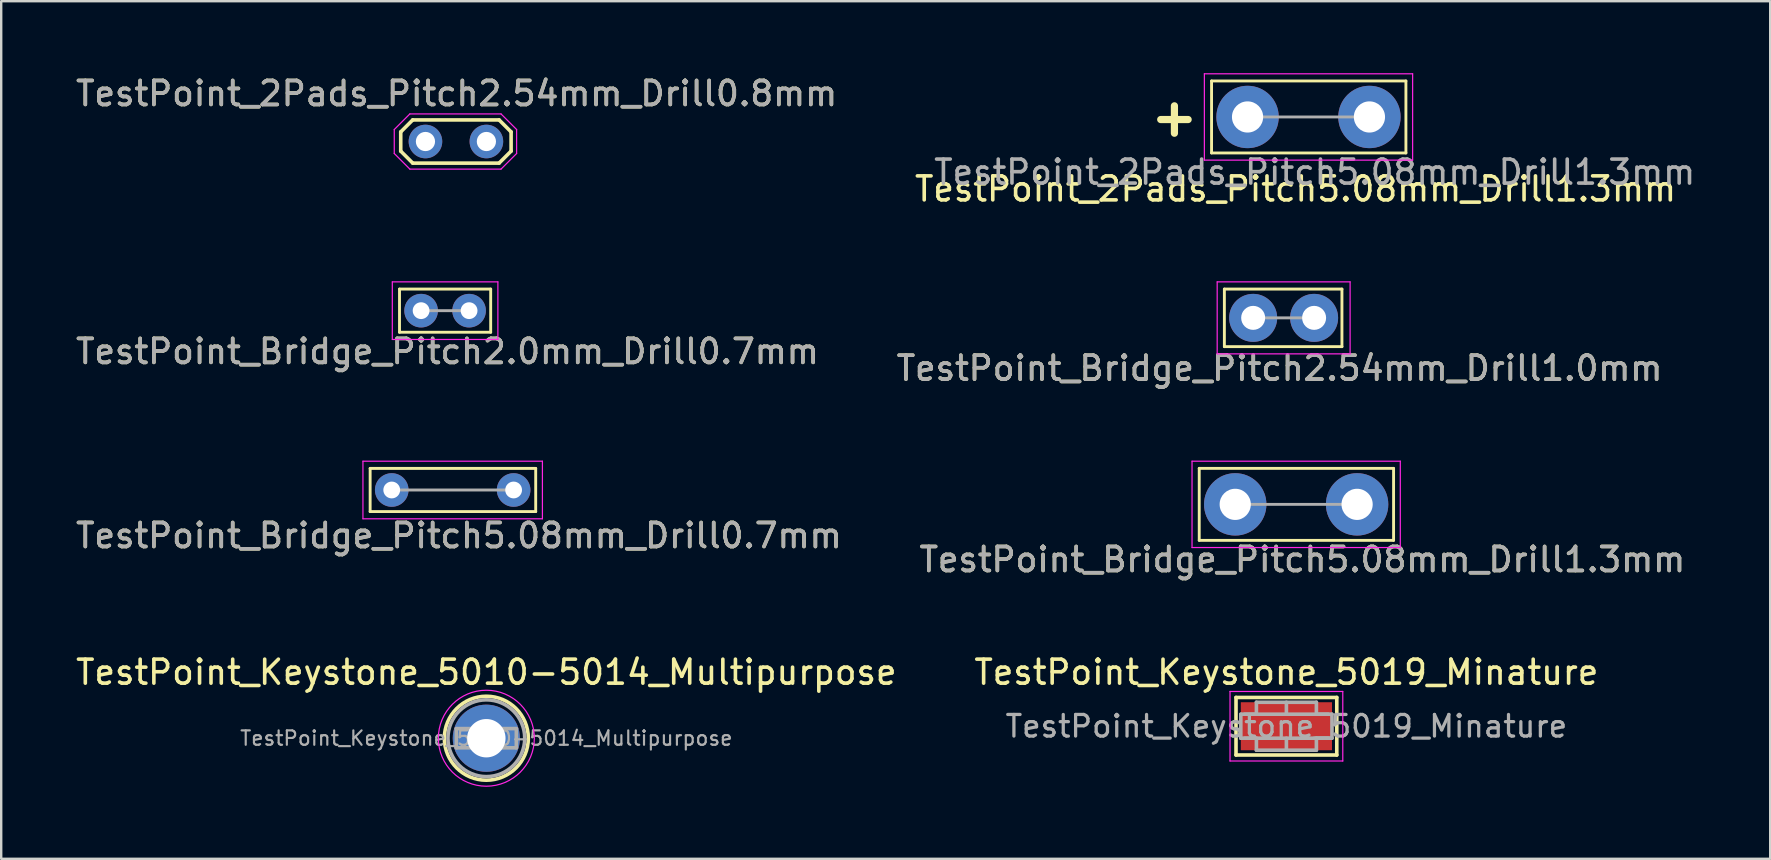
<source format=kicad_pcb>
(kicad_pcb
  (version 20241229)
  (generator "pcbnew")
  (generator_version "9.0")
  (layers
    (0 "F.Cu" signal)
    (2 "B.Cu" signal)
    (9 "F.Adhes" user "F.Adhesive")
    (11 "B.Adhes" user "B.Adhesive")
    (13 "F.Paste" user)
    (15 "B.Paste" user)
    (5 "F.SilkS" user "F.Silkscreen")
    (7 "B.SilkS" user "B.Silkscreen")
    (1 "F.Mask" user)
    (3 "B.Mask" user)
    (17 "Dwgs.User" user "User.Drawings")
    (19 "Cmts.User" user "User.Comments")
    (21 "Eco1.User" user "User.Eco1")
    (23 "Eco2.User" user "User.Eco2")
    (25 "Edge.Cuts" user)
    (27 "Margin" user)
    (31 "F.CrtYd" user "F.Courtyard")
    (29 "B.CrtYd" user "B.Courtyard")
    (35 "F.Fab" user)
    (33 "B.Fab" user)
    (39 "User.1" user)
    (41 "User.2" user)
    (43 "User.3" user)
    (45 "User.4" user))
  (footprint "TestPoint_2Pads_Pitch5.08mm_Drill1.3mm"
    (layer "F.Cu")
    (at 48.946 1.825)
    (property "Reference" "TestPoint_2Pads_Pitch5.08mm_Drill1.3mm" (at 2 3 0) (layer "F.SilkS") (effects (font (size 1 1) (thickness 0.15))))
    (attr through_hole)
    (fp_line (start -1.5 -1.5) (end -1.5 1.5) (stroke (width 0.12) (type solid)) (layer "F.SilkS"))
    (fp_line (start -1.5 -1.5) (end 6.6 -1.5) (stroke (width 0.12) (type solid)) (layer "F.SilkS"))
    (fp_line (start 6.6 1.5) (end -1.5 1.5) (stroke (width 0.12) (type solid)) (layer "F.SilkS"))
    (fp_line (start 6.6 1.5) (end 6.6 -1.5) (stroke (width 0.12) (type solid)) (layer "F.SilkS"))
    (fp_line (start -1.8 -1.8) (end -1.8 1.8) (stroke (width 0.05) (type solid)) (layer "F.CrtYd"))
    (fp_line (start -1.8 -1.8) (end 6.88 -1.8) (stroke (width 0.05) (type solid)) (layer "F.CrtYd"))
    (fp_line (start 6.88 1.8) (end -1.8 1.8) (stroke (width 0.05) (type solid)) (layer "F.CrtYd"))
    (fp_line (start 6.88 1.8) (end 6.88 -1.8) (stroke (width 0.05) (type solid)) (layer "F.CrtYd"))
    (fp_line (start 5.08 0) (end 0 0) (stroke (width 0.12) (type solid)) (layer "F.Fab"))
    (fp_text user "+" (at -3.048 0 0) (layer "F.SilkS") (effects (font (size 1.5 1.5) (thickness 0.3))))
    (fp_text user "${REFERENCE}" (at 2.8 2.3 0) (layer "F.Fab") (effects (font (size 1 1) (thickness 0.15))))
    (pad "1" thru_hole circle (at 0 0) (size 2.6 2.6) (drill 1.3) (layers "*.Cu" "*.Mask"))
    (pad "2" thru_hole circle (at 5.08 0) (size 2.6 2.6) (drill 1.3) (layers "*.Cu" "*.Mask")))
  (footprint "TestPoint_Bridge_Pitch2.54mm_Drill1.0mm"
    (layer "F.Cu")
    (at 49.18 10.198)
    (property "Reference" "TestPoint_Bridge_Pitch2.54mm_Drill1.0mm" (at 1.1 2.1 0) (layer "F.SilkS") (effects (font (size 1 1) (thickness 0.15))))
    (attr through_hole)
    (fp_line (start -1.2 -1.2) (end -1.2 1.2) (stroke (width 0.12) (type solid)) (layer "F.SilkS"))
    (fp_line (start -1.2 1.2) (end 3.7 1.2) (stroke (width 0.12) (type solid)) (layer "F.SilkS"))
    (fp_line (start 3.7 -1.2) (end -1.2 -1.2) (stroke (width 0.12) (type solid)) (layer "F.SilkS"))
    (fp_line (start 3.7 1.2) (end 3.7 -1.2) (stroke (width 0.12) (type solid)) (layer "F.SilkS"))
    (fp_line (start -1.5 -1.5) (end -1.5 1.5) (stroke (width 0.05) (type solid)) (layer "F.CrtYd"))
    (fp_line (start -1.5 -1.5) (end 4.04 -1.5) (stroke (width 0.05) (type solid)) (layer "F.CrtYd"))
    (fp_line (start 4.04 1.5) (end -1.5 1.5) (stroke (width 0.05) (type solid)) (layer "F.CrtYd"))
    (fp_line (start 4.04 1.5) (end 4.04 -1.5) (stroke (width 0.05) (type solid)) (layer "F.CrtYd"))
    (fp_line (start 2.54 0) (end 0 0) (stroke (width 0.12) (type solid)) (layer "F.Fab"))
    (fp_text user "${REFERENCE}" (at 1.1 2.1 0) (layer "F.Fab") (effects (font (size 1 1) (thickness 0.15))))
    (pad "1" thru_hole circle (at 0 0) (size 2 2) (drill 1) (layers "*.Cu" "*.Mask"))
    (pad "1" thru_hole circle (at 2.54 0) (size 2 2) (drill 1) (layers "*.Cu" "*.Mask")))
  (footprint "TestPoint_Keystone_5010-5014_Multipurpose"
    (layer "F.Cu")
    (at 17.22 27.718)
    (property "Reference" "TestPoint_Keystone_5010-5014_Multipurpose" (at 0 -2.75 0) (layer "F.SilkS") (effects (font (size 1 1) (thickness 0.15))))
    (attr through_hole)
    (fp_circle (center 0 0) (end 1.75 0) (stroke (width 0.15) (type solid)) (fill no) (layer "F.SilkS"))
    (fp_circle (center 0 0) (end 2 0) (stroke (width 0.05) (type solid)) (fill no) (layer "F.CrtYd"))
    (fp_line (start -1.25 -0.4) (end 1.25 -0.4) (stroke (width 0.15) (type solid)) (layer "F.Fab"))
    (fp_line (start -1.25 0.4) (end -1.25 -0.4) (stroke (width 0.15) (type solid)) (layer "F.Fab"))
    (fp_line (start 1.25 -0.4) (end 1.25 0.4) (stroke (width 0.15) (type solid)) (layer "F.Fab"))
    (fp_line (start 1.25 0.4) (end -1.25 0.4) (stroke (width 0.15) (type solid)) (layer "F.Fab"))
    (fp_circle (center 0 0) (end 1.6 0) (stroke (width 0.15) (type solid)) (fill no) (layer "F.Fab"))
    (fp_text user "${REFERENCE}" (at 0 0 0) (layer "F.Fab") (effects (font (size 0.6 0.6) (thickness 0.09))))
    (pad "1" thru_hole circle (at 0 0) (size 2.8 2.8) (drill 1.6) (layers "*.Cu" "*.Mask")))
  (footprint "TestPoint_Bridge_Pitch5.08mm_Drill1.3mm"
    (layer "F.Cu")
    (at 48.432 17.971)
    (property "Reference" "TestPoint_Bridge_Pitch5.08mm_Drill1.3mm" (at 2.8 2.3 0) (layer "F.SilkS") (effects (font (size 1 1) (thickness 0.15))))
    (attr through_hole)
    (fp_line (start -1.5 -1.5) (end -1.5 1.5) (stroke (width 0.12) (type solid)) (layer "F.SilkS"))
    (fp_line (start -1.5 -1.5) (end 6.6 -1.5) (stroke (width 0.12) (type solid)) (layer "F.SilkS"))
    (fp_line (start 6.6 1.5) (end -1.5 1.5) (stroke (width 0.12) (type solid)) (layer "F.SilkS"))
    (fp_line (start 6.6 1.5) (end 6.6 -1.5) (stroke (width 0.12) (type solid)) (layer "F.SilkS"))
    (fp_line (start -1.8 -1.8) (end -1.8 1.8) (stroke (width 0.05) (type solid)) (layer "F.CrtYd"))
    (fp_line (start -1.8 -1.8) (end 6.88 -1.8) (stroke (width 0.05) (type solid)) (layer "F.CrtYd"))
    (fp_line (start 6.88 1.8) (end -1.8 1.8) (stroke (width 0.05) (type solid)) (layer "F.CrtYd"))
    (fp_line (start 6.88 1.8) (end 6.88 -1.8) (stroke (width 0.05) (type solid)) (layer "F.CrtYd"))
    (fp_line (start 5.08 0) (end 0 0) (stroke (width 0.12) (type solid)) (layer "F.Fab"))
    (fp_text user "${REFERENCE}" (at 2.8 2.3 0) (layer "F.Fab") (effects (font (size 1 1) (thickness 0.15))))
    (pad "1" thru_hole circle (at 0 0) (size 2.6 2.6) (drill 1.3) (layers "*.Cu" "*.Mask"))
    (pad "1" thru_hole circle (at 5.08 0) (size 2.6 2.6) (drill 1.3) (layers "*.Cu" "*.Mask")))
  (footprint "TestPoint_2Pads_Pitch2.54mm_Drill0.8mm"
    (layer "F.Cu")
    (at 14.682 2.848)
    (property "Reference" "TestPoint_2Pads_Pitch2.54mm_Drill0.8mm" (at 1.3 -2 0) (layer "F.SilkS") (effects (font (size 1 1) (thickness 0.15))))
    (attr exclude_from_pos_files exclude_from_bom)
    (fp_line (start -1.03 -0.4) (end -0.53 -0.9) (stroke (width 0.15) (type solid)) (layer "F.SilkS"))
    (fp_line (start -1.03 0.4) (end -1.03 -0.4) (stroke (width 0.15) (type solid)) (layer "F.SilkS"))
    (fp_line (start -0.53 -0.9) (end 3.07 -0.9) (stroke (width 0.15) (type solid)) (layer "F.SilkS"))
    (fp_line (start -0.53 0.9) (end -1.03 0.4) (stroke (width 0.15) (type solid)) (layer "F.SilkS"))
    (fp_line (start 3.07 -0.9) (end 3.57 -0.4) (stroke (width 0.15) (type solid)) (layer "F.SilkS"))
    (fp_line (start 3.07 0.9) (end -0.53 0.9) (stroke (width 0.15) (type solid)) (layer "F.SilkS"))
    (fp_line (start 3.57 -0.4) (end 3.57 0.4) (stroke (width 0.15) (type solid)) (layer "F.SilkS"))
    (fp_line (start 3.57 0.4) (end 3.07 0.9) (stroke (width 0.15) (type solid)) (layer "F.SilkS"))
    (fp_line (start -1.3 -0.5) (end -1.3 0.5) (stroke (width 0.05) (type solid)) (layer "F.CrtYd"))
    (fp_line (start -1.3 0.5) (end -0.65 1.15) (stroke (width 0.05) (type solid)) (layer "F.CrtYd"))
    (fp_line (start -0.65 -1.15) (end -1.3 -0.5) (stroke (width 0.05) (type solid)) (layer "F.CrtYd"))
    (fp_line (start -0.65 1.15) (end 3.15 1.15) (stroke (width 0.05) (type solid)) (layer "F.CrtYd"))
    (fp_line (start 3.15 -1.15) (end -0.65 -1.15) (stroke (width 0.05) (type solid)) (layer "F.CrtYd"))
    (fp_line (start 3.15 1.15) (end 3.8 0.5) (stroke (width 0.05) (type solid)) (layer "F.CrtYd"))
    (fp_line (start 3.8 -0.5) (end 3.15 -1.15) (stroke (width 0.05) (type solid)) (layer "F.CrtYd"))
    (fp_line (start 3.8 0.5) (end 3.8 -0.5) (stroke (width 0.05) (type solid)) (layer "F.CrtYd"))
    (fp_text user "${REFERENCE}" (at 1.3 -2 0) (layer "F.Fab") (effects (font (size 1 1) (thickness 0.15))))
    (pad "1" thru_hole circle (at 0 0) (size 1.4 1.4) (drill 0.8) (layers "*.Cu" "*.Mask"))
    (pad "2" thru_hole circle (at 2.54 0) (size 1.4 1.4) (drill 0.8) (layers "*.Cu" "*.Mask")))
  (footprint "TestPoint_Keystone_5019_Minature"
    (layer "F.Cu")
    (at 50.565 27.218)
    (property "Reference" "TestPoint_Keystone_5019_Minature" (at 0 -2.25 0) (layer "F.SilkS") (effects (font (size 1 1) (thickness 0.15))))
    (attr smd)
    (fp_line (start -2.1 -1.2) (end 2.1 -1.2) (stroke (width 0.15) (type solid)) (layer "F.SilkS"))
    (fp_line (start -2.1 1.2) (end -2.1 -1.2) (stroke (width 0.15) (type solid)) (layer "F.SilkS"))
    (fp_line (start 2.1 -1.2) (end 2.1 1.2) (stroke (width 0.15) (type solid)) (layer "F.SilkS"))
    (fp_line (start 2.1 1.2) (end -2.1 1.2) (stroke (width 0.15) (type solid)) (layer "F.SilkS"))
    (fp_line (start -2.35 -1.45) (end 2.35 -1.45) (stroke (width 0.05) (type solid)) (layer "F.CrtYd"))
    (fp_line (start -2.35 1.45) (end -2.35 -1.45) (stroke (width 0.05) (type solid)) (layer "F.CrtYd"))
    (fp_line (start 2.35 -1.45) (end 2.35 1.45) (stroke (width 0.05) (type solid)) (layer "F.CrtYd"))
    (fp_line (start 2.35 1.45) (end -2.35 1.45) (stroke (width 0.05) (type solid)) (layer "F.CrtYd"))
    (fp_line (start -1.9 -0.5) (end -1.9 0.5) (stroke (width 0.15) (type solid)) (layer "F.Fab"))
    (fp_line (start -1.9 -0.5) (end 1.9 -0.5) (stroke (width 0.15) (type solid)) (layer "F.Fab"))
    (fp_line (start -1.75 0.5) (end -1.25 0.5) (stroke (width 0.15) (type solid)) (layer "F.Fab"))
    (fp_line (start -1.25 -1) (end -1.25 -0.5) (stroke (width 0.15) (type solid)) (layer "F.Fab"))
    (fp_line (start -1.25 -0.5) (end -1.75 -0.5) (stroke (width 0.15) (type solid)) (layer "F.Fab"))
    (fp_line (start -1.25 0.5) (end -1.25 1) (stroke (width 0.15) (type solid)) (layer "F.Fab"))
    (fp_line (start -1.25 1) (end 1.25 1) (stroke (width 0.15) (type solid)) (layer "F.Fab"))
    (fp_line (start 0 -1) (end 0 -0.5) (stroke (width 0.15) (type solid)) (layer "F.Fab"))
    (fp_line (start 0 0.5) (end 0 1) (stroke (width 0.15) (type solid)) (layer "F.Fab"))
    (fp_line (start 1.25 -1) (end -1.25 -1) (stroke (width 0.15) (type solid)) (layer "F.Fab"))
    (fp_line (start 1.25 -0.5) (end 1.25 -1) (stroke (width 0.15) (type solid)) (layer "F.Fab"))
    (fp_line (start 1.25 0.5) (end 1.75 0.5) (stroke (width 0.15) (type solid)) (layer "F.Fab"))
    (fp_line (start 1.25 1) (end 1.25 0.5) (stroke (width 0.15) (type solid)) (layer "F.Fab"))
    (fp_line (start 1.75 -0.5) (end 1.25 -0.5) (stroke (width 0.15) (type solid)) (layer "F.Fab"))
    (fp_line (start 1.9 0.5) (end -1.9 0.5) (stroke (width 0.15) (type solid)) (layer "F.Fab"))
    (fp_line (start 1.9 0.5) (end 1.9 -0.5) (stroke (width 0.15) (type solid)) (layer "F.Fab"))
    (fp_text user "${REFERENCE}" (at 0 0 0) (layer "F.Fab") (effects (font (size 0.9 0.9) (thickness 0.135))))
    (pad "1" smd rect (at 0 0) (size 3.8 2) (layers "F.Cu" "F.Mask" "F.Paste")))
  (footprint "TestPoint_Bridge_Pitch2.0mm_Drill0.7mm"
    (layer "F.Cu")
    (at 14.501 9.898)
    (property "Reference" "TestPoint_Bridge_Pitch2.0mm_Drill0.7mm" (at 1.1 1.7 0) (layer "F.SilkS") (effects (font (size 1 1) (thickness 0.15))))
    (attr through_hole)
    (fp_line (start -0.9 -0.9) (end -0.9 0.9) (stroke (width 0.12) (type solid)) (layer "F.SilkS"))
    (fp_line (start -0.9 0.9) (end 2.9 0.9) (stroke (width 0.12) (type solid)) (layer "F.SilkS"))
    (fp_line (start 2.9 -0.9) (end -0.9 -0.9) (stroke (width 0.12) (type solid)) (layer "F.SilkS"))
    (fp_line (start 2.9 0.9) (end 2.9 -0.9) (stroke (width 0.12) (type solid)) (layer "F.SilkS"))
    (fp_line (start -1.2 1.2) (end -1.2 -1.2) (stroke (width 0.05) (type solid)) (layer "F.CrtYd"))
    (fp_line (start -1.2 1.2) (end 3.2 1.2) (stroke (width 0.05) (type solid)) (layer "F.CrtYd"))
    (fp_line (start 3.2 -1.2) (end -1.2 -1.2) (stroke (width 0.05) (type solid)) (layer "F.CrtYd"))
    (fp_line (start 3.2 -1.2) (end 3.2 1.2) (stroke (width 0.05) (type solid)) (layer "F.CrtYd"))
    (fp_line (start 2 0) (end 0 0) (stroke (width 0.12) (type solid)) (layer "F.Fab"))
    (fp_text user "${REFERENCE}" (at 1.1 1.7 0) (layer "F.Fab") (effects (font (size 1 1) (thickness 0.15))))
    (pad "1" thru_hole circle (at 0 0) (size 1.4 1.4) (drill 0.7) (layers "*.Cu" "*.Mask"))
    (pad "1" thru_hole circle (at 2 0) (size 1.4 1.4) (drill 0.7) (layers "*.Cu" "*.Mask")))
  (footprint "TestPoint_Bridge_Pitch5.08mm_Drill0.7mm"
    (layer "F.Cu")
    (at 13.277 17.372)
    (property "Reference" "TestPoint_Bridge_Pitch5.08mm_Drill0.7mm" (at 2.8 1.9 0) (layer "F.SilkS") (effects (font (size 1 1) (thickness 0.15))))
    (attr through_hole)
    (fp_line (start -0.9 -0.9) (end 6 -0.9) (stroke (width 0.12) (type solid)) (layer "F.SilkS"))
    (fp_line (start -0.9 0.9) (end -0.9 -0.9) (stroke (width 0.12) (type solid)) (layer "F.SilkS"))
    (fp_line (start 6 -0.9) (end 6 0.9) (stroke (width 0.12) (type solid)) (layer "F.SilkS"))
    (fp_line (start 6 0.9) (end -0.9 0.9) (stroke (width 0.12) (type solid)) (layer "F.SilkS"))
    (fp_line (start -1.2 -1.2) (end -1.2 1.2) (stroke (width 0.05) (type solid)) (layer "F.CrtYd"))
    (fp_line (start -1.2 -1.2) (end 6.28 -1.2) (stroke (width 0.05) (type solid)) (layer "F.CrtYd"))
    (fp_line (start 6.28 1.2) (end -1.2 1.2) (stroke (width 0.05) (type solid)) (layer "F.CrtYd"))
    (fp_line (start 6.28 1.2) (end 6.28 -1.2) (stroke (width 0.05) (type solid)) (layer "F.CrtYd"))
    (fp_line (start 5.08 0) (end 0 0) (stroke (width 0.12) (type solid)) (layer "F.Fab"))
    (fp_text user "${REFERENCE}" (at 2.8 1.9 0) (layer "F.Fab") (effects (font (size 1 1) (thickness 0.15))))
    (pad "1" thru_hole circle (at 0 0) (size 1.4 1.4) (drill 0.7) (layers "*.Cu" "*.Mask"))
    (pad "1" thru_hole circle (at 5.08 0) (size 1.4 1.4) (drill 0.7) (layers "*.Cu" "*.Mask")))
  (gr_rect
    (start -3 -3)
    (end 70.729 32.743)
    (stroke (width 0.1) (type default))
    (fill no)
    (layer "Edge.Cuts")))
</source>
